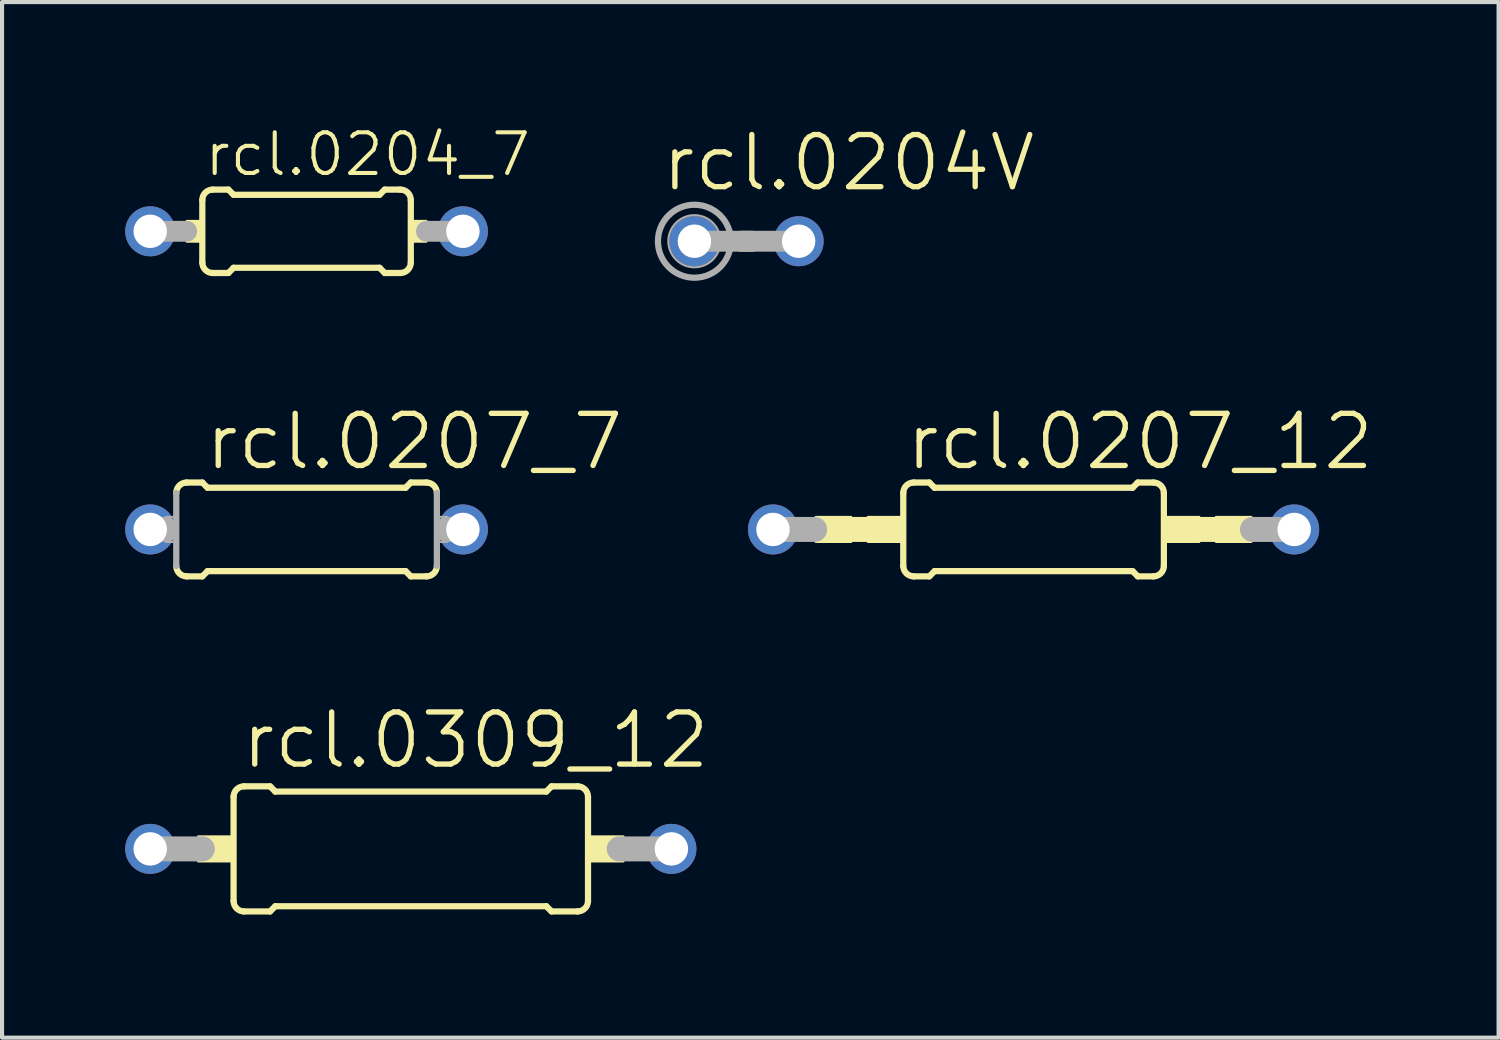
<source format=kicad_pcb>
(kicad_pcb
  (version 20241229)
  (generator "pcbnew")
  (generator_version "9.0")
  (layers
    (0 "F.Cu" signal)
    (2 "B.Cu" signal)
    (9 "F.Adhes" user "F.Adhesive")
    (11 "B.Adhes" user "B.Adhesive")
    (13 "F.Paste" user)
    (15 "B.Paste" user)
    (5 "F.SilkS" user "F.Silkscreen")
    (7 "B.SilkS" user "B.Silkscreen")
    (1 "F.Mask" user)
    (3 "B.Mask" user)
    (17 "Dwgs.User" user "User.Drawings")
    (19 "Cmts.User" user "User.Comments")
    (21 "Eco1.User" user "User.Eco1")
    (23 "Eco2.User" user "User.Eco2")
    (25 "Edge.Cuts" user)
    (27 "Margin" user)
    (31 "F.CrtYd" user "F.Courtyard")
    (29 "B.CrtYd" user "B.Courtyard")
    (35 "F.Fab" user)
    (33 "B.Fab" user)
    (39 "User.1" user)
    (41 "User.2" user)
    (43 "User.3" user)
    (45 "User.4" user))
  (footprint "rcl.0309_12"
    (layer "F.Cu")
    (at 6.96 17.635)
    (property "Reference" "rcl.0309_12" (at -4.191 -1.905 0) (layer "F.SilkS") (effects (font (size 1.27 1.27) (thickness 0.13)) (justify left bottom)))
    (attr through_hole)
    (fp_line (start -4.318 1.27) (end -4.318 -1.27) (stroke (width 0.152) (type default)) (layer "F.SilkS"))
    (fp_line (start -4.064 -1.524) (end -3.429 -1.524) (stroke (width 0.152) (type default)) (layer "F.SilkS"))
    (fp_line (start -4.064 1.524) (end -3.429 1.524) (stroke (width 0.152) (type default)) (layer "F.SilkS"))
    (fp_line (start -3.302 -1.397) (end -3.429 -1.524) (stroke (width 0.152) (type default)) (layer "F.SilkS"))
    (fp_line (start -3.302 1.397) (end -3.429 1.524) (stroke (width 0.152) (type default)) (layer "F.SilkS"))
    (fp_line (start 3.302 -1.397) (end -3.302 -1.397) (stroke (width 0.152) (type default)) (layer "F.SilkS"))
    (fp_line (start 3.302 -1.397) (end 3.429 -1.524) (stroke (width 0.152) (type default)) (layer "F.SilkS"))
    (fp_line (start 3.302 1.397) (end -3.302 1.397) (stroke (width 0.152) (type default)) (layer "F.SilkS"))
    (fp_line (start 3.302 1.397) (end 3.429 1.524) (stroke (width 0.152) (type default)) (layer "F.SilkS"))
    (fp_line (start 4.064 -1.524) (end 3.429 -1.524) (stroke (width 0.152) (type default)) (layer "F.SilkS"))
    (fp_line (start 4.064 1.524) (end 3.429 1.524) (stroke (width 0.152) (type default)) (layer "F.SilkS"))
    (fp_line (start 4.318 1.27) (end 4.318 -1.27) (stroke (width 0.152) (type default)) (layer "F.SilkS"))
    (fp_rect (start -5.182 0.305) (end -4.318 -0.305) (stroke (width 0.05) (type default)) (fill yes) (layer "F.SilkS"))
    (fp_rect (start 4.318 0.305) (end 5.182 -0.305) (stroke (width 0.05) (type default)) (fill yes) (layer "F.SilkS"))
    (fp_arc (start -4.318 -1.27) (mid -4.243605 -1.449605) (end -4.064 -1.524) (stroke (width 0.1524) (type default)) (layer "F.SilkS"))
    (fp_arc (start -4.064 1.524) (mid -4.243605 1.449605) (end -4.318 1.27) (stroke (width 0.1524) (type default)) (layer "F.SilkS"))
    (fp_arc (start 4.064 -1.524) (mid 4.243605 -1.449605) (end 4.318 -1.27) (stroke (width 0.1524) (type default)) (layer "F.SilkS"))
    (fp_arc (start 4.318 1.27) (mid 4.243605 1.449605) (end 4.064 1.524) (stroke (width 0.1524) (type default)) (layer "F.SilkS"))
    (fp_line (start -6.35 0) (end -5.08 0) (stroke (width 0.61) (type default)) (layer "F.Fab"))
    (fp_line (start 6.35 0) (end 5.08 0) (stroke (width 0.61) (type default)) (layer "F.Fab"))
    (pad "1" thru_hole circle (at -6.35 0) (size 1.219 1.219) (drill 0.813) (layers "*.Cu" "*.Mask"))
    (pad "2" thru_hole circle (at 6.35 0) (size 1.219 1.219) (drill 0.813) (layers "*.Cu" "*.Mask")))
  (footprint "rcl.0207_7"
    (layer "F.Cu")
    (at 4.42 9.851)
    (property "Reference" "rcl.0207_7" (at -2.54 -1.397 0) (layer "F.SilkS") (effects (font (size 1.27 1.27) (thickness 0.13)) (justify left bottom)))
    (attr through_hole)
    (fp_line (start -2.921 -1.143) (end -2.54 -1.143) (stroke (width 0.152) (type default)) (layer "F.SilkS"))
    (fp_line (start -2.921 1.143) (end -2.54 1.143) (stroke (width 0.152) (type default)) (layer "F.SilkS"))
    (fp_line (start -2.413 -1.016) (end -2.54 -1.143) (stroke (width 0.152) (type default)) (layer "F.SilkS"))
    (fp_line (start -2.413 1.016) (end -2.54 1.143) (stroke (width 0.152) (type default)) (layer "F.SilkS"))
    (fp_line (start 2.413 -1.016) (end -2.413 -1.016) (stroke (width 0.152) (type default)) (layer "F.SilkS"))
    (fp_line (start 2.413 -1.016) (end 2.54 -1.143) (stroke (width 0.152) (type default)) (layer "F.SilkS"))
    (fp_line (start 2.413 1.016) (end -2.413 1.016) (stroke (width 0.152) (type default)) (layer "F.SilkS"))
    (fp_line (start 2.413 1.016) (end 2.54 1.143) (stroke (width 0.152) (type default)) (layer "F.SilkS"))
    (fp_line (start 2.921 -1.143) (end 2.54 -1.143) (stroke (width 0.152) (type default)) (layer "F.SilkS"))
    (fp_line (start 2.921 1.143) (end 2.54 1.143) (stroke (width 0.152) (type default)) (layer "F.SilkS"))
    (fp_arc (start -3.175 -0.889) (mid -3.100605 -1.068605) (end -2.921 -1.143) (stroke (width 0.1524) (type default)) (layer "F.SilkS"))
    (fp_arc (start -2.921 1.143) (mid -3.100605 1.068605) (end -3.175 0.889) (stroke (width 0.1524) (type default)) (layer "F.SilkS"))
    (fp_arc (start 2.921 -1.143) (mid 3.100605 -1.068605) (end 3.175 -0.889) (stroke (width 0.1524) (type default)) (layer "F.SilkS"))
    (fp_arc (start 3.175 0.889) (mid 3.100605 1.068605) (end 2.921 1.143) (stroke (width 0.1524) (type default)) (layer "F.SilkS"))
    (fp_line (start -3.81 0) (end -3.429 0) (stroke (width 0.61) (type default)) (layer "F.Fab"))
    (fp_line (start -3.175 0.889) (end -3.175 -0.889) (stroke (width 0.152) (type default)) (layer "F.Fab"))
    (fp_line (start 3.175 0.889) (end 3.175 -0.889) (stroke (width 0.152) (type default)) (layer "F.Fab"))
    (fp_line (start 3.429 0) (end 3.81 0) (stroke (width 0.61) (type default)) (layer "F.Fab"))
    (fp_rect (start -3.429 0.305) (end -3.175 -0.305) (stroke (width 0.05) (type default)) (fill no) (layer "F.Fab"))
    (fp_rect (start 3.175 0.305) (end 3.429 -0.305) (stroke (width 0.05) (type default)) (fill no) (layer "F.Fab"))
    (pad "1" thru_hole circle (at -3.81 0) (size 1.219 1.219) (drill 0.813) (layers "*.Cu" "*.Mask"))
    (pad "2" thru_hole circle (at 3.81 0) (size 1.219 1.219) (drill 0.813) (layers "*.Cu" "*.Mask")))
  (footprint "rcl.0204_7"
    (layer "F.Cu")
    (at 4.42 2.586)
    (property "Reference" "rcl.0204_7" (at -2.54 -1.295 0) (layer "F.SilkS") (effects (font (size 0.991 0.991) (thickness 0.1)) (justify left bottom)))
    (attr through_hole)
    (fp_line (start -2.54 0.762) (end -2.54 -0.762) (stroke (width 0.152) (type default)) (layer "F.SilkS"))
    (fp_line (start -2.286 -1.016) (end -1.905 -1.016) (stroke (width 0.152) (type default)) (layer "F.SilkS"))
    (fp_line (start -2.286 1.016) (end -1.905 1.016) (stroke (width 0.152) (type default)) (layer "F.SilkS"))
    (fp_line (start -1.778 -0.889) (end -1.905 -1.016) (stroke (width 0.152) (type default)) (layer "F.SilkS"))
    (fp_line (start -1.778 0.889) (end -1.905 1.016) (stroke (width 0.152) (type default)) (layer "F.SilkS"))
    (fp_line (start 1.778 -0.889) (end -1.778 -0.889) (stroke (width 0.152) (type default)) (layer "F.SilkS"))
    (fp_line (start 1.778 -0.889) (end 1.905 -1.016) (stroke (width 0.152) (type default)) (layer "F.SilkS"))
    (fp_line (start 1.778 0.889) (end -1.778 0.889) (stroke (width 0.152) (type default)) (layer "F.SilkS"))
    (fp_line (start 1.778 0.889) (end 1.905 1.016) (stroke (width 0.152) (type default)) (layer "F.SilkS"))
    (fp_line (start 2.286 -1.016) (end 1.905 -1.016) (stroke (width 0.152) (type default)) (layer "F.SilkS"))
    (fp_line (start 2.286 1.016) (end 1.905 1.016) (stroke (width 0.152) (type default)) (layer "F.SilkS"))
    (fp_line (start 2.54 0.762) (end 2.54 -0.762) (stroke (width 0.152) (type default)) (layer "F.SilkS"))
    (fp_rect (start -2.921 0.254) (end -2.54 -0.254) (stroke (width 0.05) (type default)) (fill yes) (layer "F.SilkS"))
    (fp_rect (start 2.54 0.254) (end 2.921 -0.254) (stroke (width 0.05) (type default)) (fill yes) (layer "F.SilkS"))
    (fp_arc (start -2.54 -0.762) (mid -2.465605 -0.941605) (end -2.286 -1.016) (stroke (width 0.1524) (type default)) (layer "F.SilkS"))
    (fp_arc (start -2.286 1.016) (mid -2.465605 0.941605) (end -2.54 0.762) (stroke (width 0.1524) (type default)) (layer "F.SilkS"))
    (fp_arc (start 2.286 -1.016) (mid 2.465605 -0.941605) (end 2.54 -0.762) (stroke (width 0.1524) (type default)) (layer "F.SilkS"))
    (fp_arc (start 2.54 0.762) (mid 2.465605 0.941605) (end 2.286 1.016) (stroke (width 0.1524) (type default)) (layer "F.SilkS"))
    (fp_line (start -3.81 0) (end -2.921 0) (stroke (width 0.508) (type default)) (layer "F.Fab"))
    (fp_line (start 3.81 0) (end 2.921 0) (stroke (width 0.508) (type default)) (layer "F.Fab"))
    (pad "1" thru_hole circle (at -3.81 0) (size 1.219 1.219) (drill 0.813) (layers "*.Cu" "*.Mask"))
    (pad "2" thru_hole circle (at 3.81 0) (size 1.219 1.219) (drill 0.813) (layers "*.Cu" "*.Mask")))
  (footprint "rcl.0207_12"
    (layer "F.Cu")
    (at 22.135 9.851)
    (property "Reference" "rcl.0207_12" (at -3.175 -1.397 0) (layer "F.SilkS") (effects (font (size 1.27 1.27) (thickness 0.13)) (justify left bottom)))
    (attr through_hole)
    (fp_line (start -4.445 0) (end -4.064 0) (stroke (width 0.61) (type default)) (layer "F.SilkS"))
    (fp_line (start -3.175 0.889) (end -3.175 -0.889) (stroke (width 0.152) (type default)) (layer "F.SilkS"))
    (fp_line (start -2.921 -1.143) (end -2.54 -1.143) (stroke (width 0.152) (type default)) (layer "F.SilkS"))
    (fp_line (start -2.921 1.143) (end -2.54 1.143) (stroke (width 0.152) (type default)) (layer "F.SilkS"))
    (fp_line (start -2.413 -1.016) (end -2.54 -1.143) (stroke (width 0.152) (type default)) (layer "F.SilkS"))
    (fp_line (start -2.413 1.016) (end -2.54 1.143) (stroke (width 0.152) (type default)) (layer "F.SilkS"))
    (fp_line (start 2.413 -1.016) (end -2.413 -1.016) (stroke (width 0.152) (type default)) (layer "F.SilkS"))
    (fp_line (start 2.413 -1.016) (end 2.54 -1.143) (stroke (width 0.152) (type default)) (layer "F.SilkS"))
    (fp_line (start 2.413 1.016) (end -2.413 1.016) (stroke (width 0.152) (type default)) (layer "F.SilkS"))
    (fp_line (start 2.413 1.016) (end 2.54 1.143) (stroke (width 0.152) (type default)) (layer "F.SilkS"))
    (fp_line (start 2.921 -1.143) (end 2.54 -1.143) (stroke (width 0.152) (type default)) (layer "F.SilkS"))
    (fp_line (start 2.921 1.143) (end 2.54 1.143) (stroke (width 0.152) (type default)) (layer "F.SilkS"))
    (fp_line (start 3.175 0.889) (end 3.175 -0.889) (stroke (width 0.152) (type default)) (layer "F.SilkS"))
    (fp_line (start 4.445 0) (end 4.064 0) (stroke (width 0.61) (type default)) (layer "F.SilkS"))
    (fp_rect (start -5.309 0.305) (end -4.445 -0.305) (stroke (width 0.05) (type default)) (fill yes) (layer "F.SilkS"))
    (fp_rect (start -4.039 0.305) (end -3.175 -0.305) (stroke (width 0.05) (type default)) (fill yes) (layer "F.SilkS"))
    (fp_rect (start 3.175 0.305) (end 4.039 -0.305) (stroke (width 0.05) (type default)) (fill yes) (layer "F.SilkS"))
    (fp_rect (start 4.445 0.305) (end 5.309 -0.305) (stroke (width 0.05) (type default)) (fill yes) (layer "F.SilkS"))
    (fp_arc (start -3.175 -0.889) (mid -3.100605 -1.068605) (end -2.921 -1.143) (stroke (width 0.1524) (type default)) (layer "F.SilkS"))
    (fp_arc (start -2.921 1.143) (mid -3.100605 1.068605) (end -3.175 0.889) (stroke (width 0.1524) (type default)) (layer "F.SilkS"))
    (fp_arc (start 2.921 -1.143) (mid 3.100605 -1.068605) (end 3.175 -0.889) (stroke (width 0.1524) (type default)) (layer "F.SilkS"))
    (fp_arc (start 3.175 0.889) (mid 3.100605 1.068605) (end 2.921 1.143) (stroke (width 0.1524) (type default)) (layer "F.SilkS"))
    (fp_line (start -6.35 0) (end -5.334 0) (stroke (width 0.61) (type default)) (layer "F.Fab"))
    (fp_line (start 6.35 0) (end 5.334 0) (stroke (width 0.61) (type default)) (layer "F.Fab"))
    (pad "1" thru_hole circle (at -6.35 0) (size 1.219 1.219) (drill 0.813) (layers "*.Cu" "*.Mask"))
    (pad "2" thru_hole circle (at 6.35 0) (size 1.219 1.219) (drill 0.813) (layers "*.Cu" "*.Mask")))
  (footprint "rcl.0204V"
    (layer "F.Cu")
    (at 15.141 2.828)
    (property "Reference" "rcl.0204V" (at -2.134 -1.168 0) (layer "F.SilkS") (effects (font (size 1.27 1.27) (thickness 0.13)) (justify left bottom)))
    (attr through_hole)
    (fp_line (start -0.127 0) (end 0.127 0) (stroke (width 0.508) (type default)) (layer "F.SilkS"))
    (fp_line (start -1.27 0) (end 1.27 0) (stroke (width 0.508) (type default)) (layer "F.Fab"))
    (fp_circle (center -1.27 0) (end -0.635 0) (stroke (width 0.051) (type default)) (fill no) (layer "F.Fab"))
    (fp_circle (center -1.27 0) (end -0.381 0) (stroke (width 0.152) (type default)) (fill no) (layer "F.Fab"))
    (pad "1" thru_hole circle (at -1.27 0) (size 1.219 1.219) (drill 0.813) (layers "*.Cu" "*.Mask"))
    (pad "2" thru_hole circle (at 1.27 0) (size 1.219 1.219) (drill 0.813) (layers "*.Cu" "*.Mask")))
  (gr_rect
    (start -3 -3)
    (end 33.466 22.235)
    (stroke (width 0.1) (type default))
    (fill no)
    (layer "Edge.Cuts")))
</source>
